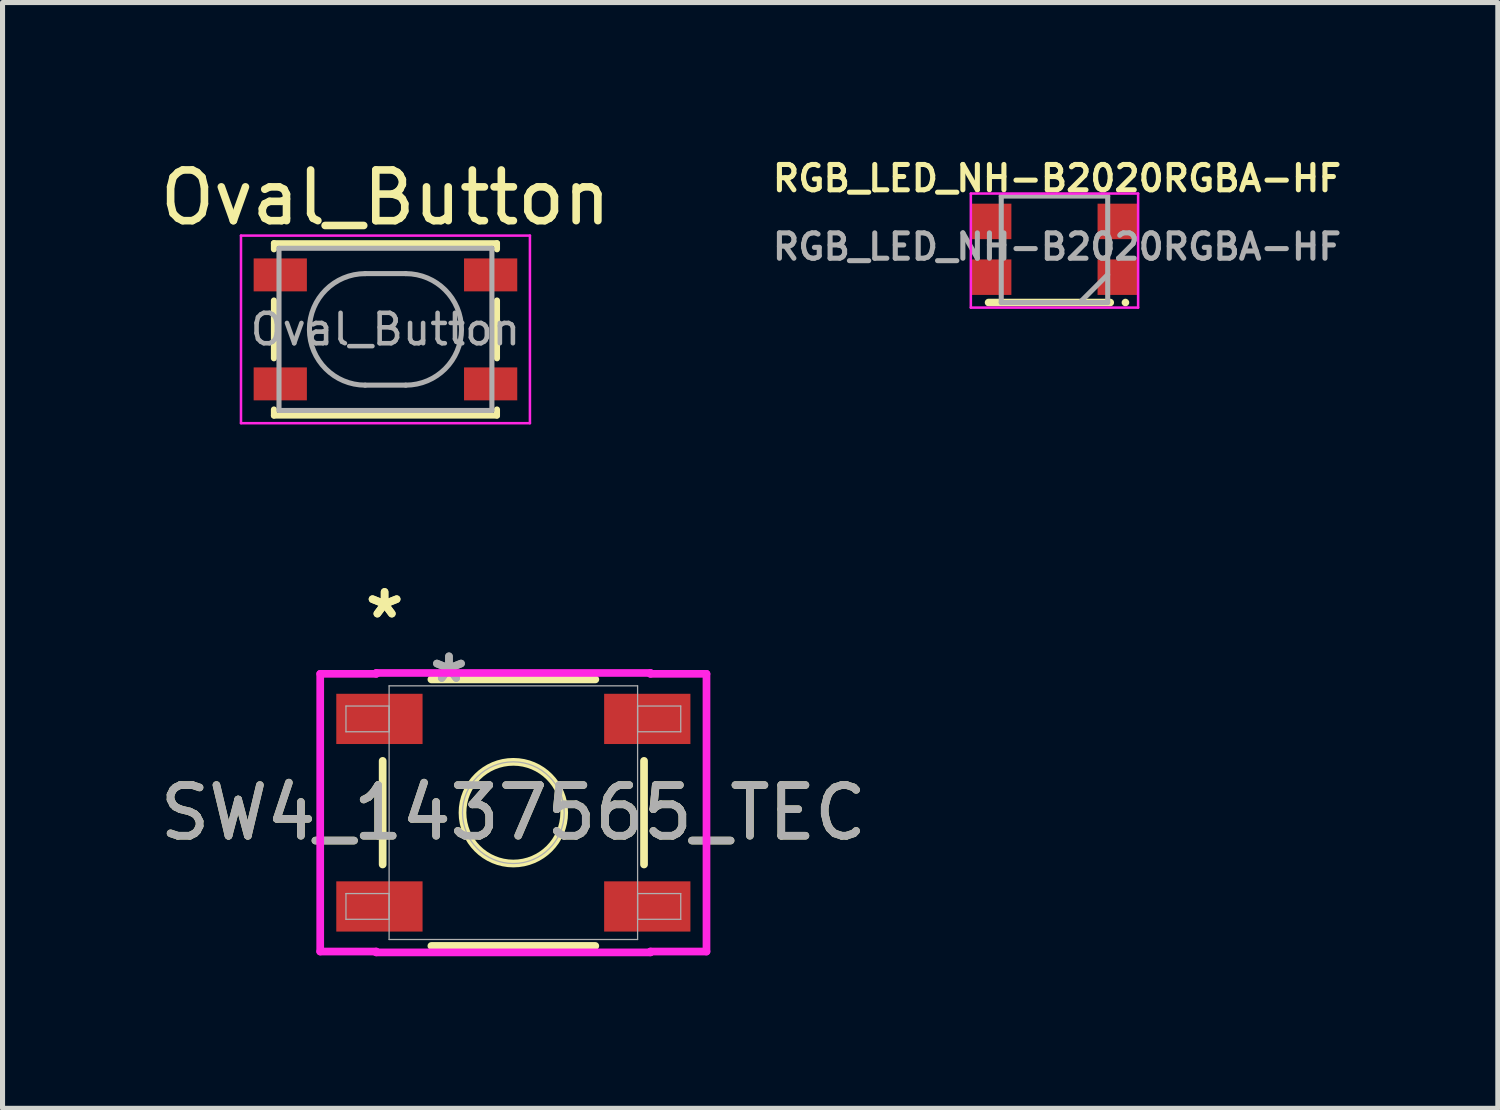
<source format=kicad_pcb>
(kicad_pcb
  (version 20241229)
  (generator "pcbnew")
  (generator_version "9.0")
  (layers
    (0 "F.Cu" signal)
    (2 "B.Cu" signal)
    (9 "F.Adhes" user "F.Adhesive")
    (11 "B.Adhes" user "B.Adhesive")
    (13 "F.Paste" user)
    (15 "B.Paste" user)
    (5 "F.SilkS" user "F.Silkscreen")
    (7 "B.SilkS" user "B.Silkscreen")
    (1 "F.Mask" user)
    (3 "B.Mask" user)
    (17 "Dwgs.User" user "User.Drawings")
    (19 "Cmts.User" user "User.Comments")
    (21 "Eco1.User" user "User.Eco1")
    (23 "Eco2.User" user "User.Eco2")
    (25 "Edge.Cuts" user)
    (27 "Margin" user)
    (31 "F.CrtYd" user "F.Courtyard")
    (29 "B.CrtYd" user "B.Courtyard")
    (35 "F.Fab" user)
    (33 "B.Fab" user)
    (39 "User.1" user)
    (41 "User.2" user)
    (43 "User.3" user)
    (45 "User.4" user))
  (footprint "Oval_Button"
    (layer "F.Cu")
    (at 4.554 3.448)
    (property "Reference" "Oval_Button" (at 0 -2.6 0) (layer "F.SilkS") (effects (font (size 1 1) (thickness 0.15))))
    (attr smd)
    (fp_line (start -2.2 -1.7) (end -2.2 -1.58) (stroke (width 0.12) (type solid)) (layer "F.SilkS"))
    (fp_line (start -2.2 -0.57) (end -2.2 0.57) (stroke (width 0.12) (type solid)) (layer "F.SilkS"))
    (fp_line (start -2.2 1.58) (end -2.2 1.7) (stroke (width 0.12) (type solid)) (layer "F.SilkS"))
    (fp_line (start -2.2 1.7) (end 2.2 1.7) (stroke (width 0.12) (type solid)) (layer "F.SilkS"))
    (fp_line (start 2.2 -1.7) (end -2.2 -1.7) (stroke (width 0.12) (type solid)) (layer "F.SilkS"))
    (fp_line (start 2.2 -1.58) (end 2.2 -1.7) (stroke (width 0.12) (type solid)) (layer "F.SilkS"))
    (fp_line (start 2.2 0.57) (end 2.2 -0.57) (stroke (width 0.12) (type solid)) (layer "F.SilkS"))
    (fp_line (start 2.2 1.7) (end 2.2 1.58) (stroke (width 0.12) (type solid)) (layer "F.SilkS"))
    (fp_line (start -2.85 -1.85) (end 2.85 -1.85) (stroke (width 0.05) (type solid)) (layer "F.CrtYd"))
    (fp_line (start -2.85 1.85) (end -2.85 -1.85) (stroke (width 0.05) (type solid)) (layer "F.CrtYd"))
    (fp_line (start 2.85 -1.85) (end 2.85 1.85) (stroke (width 0.05) (type solid)) (layer "F.CrtYd"))
    (fp_line (start 2.85 1.85) (end -2.85 1.85) (stroke (width 0.05) (type solid)) (layer "F.CrtYd"))
    (fp_line (start -2.1 -1.6) (end -2.1 1.6) (stroke (width 0.1) (type solid)) (layer "F.Fab"))
    (fp_line (start -2.1 1.6) (end 2.1 1.6) (stroke (width 0.1) (type solid)) (layer "F.Fab"))
    (fp_line (start -0.4 -1.1) (end 0.4 -1.1) (stroke (width 0.1) (type solid)) (layer "F.Fab"))
    (fp_line (start 0.4 1.1) (end -0.4 1.1) (stroke (width 0.1) (type solid)) (layer "F.Fab"))
    (fp_line (start 2.1 -1.6) (end -2.1 -1.6) (stroke (width 0.1) (type solid)) (layer "F.Fab"))
    (fp_line (start 2.1 1.6) (end 2.1 -1.6) (stroke (width 0.1) (type solid)) (layer "F.Fab"))
    (fp_arc (start -0.4 1.1) (mid -1.5 0) (end -0.4 -1.1) (stroke (width 0.1) (type solid)) (layer "F.Fab"))
    (fp_arc (start 0.4 -1.1) (mid 1.5 0) (end 0.4 1.1) (stroke (width 0.1) (type solid)) (layer "F.Fab"))
    (fp_text user "${REFERENCE}" (at 0 0 0) (layer "F.Fab") (effects (font (size 0.6 0.6) (thickness 0.09))))
    (pad "1" smd rect (at -2.075 -1.075) (size 1.05 0.65) (layers "F.Cu" "F.Mask" "F.Paste"))
    (pad "1" smd rect (at 2.075 -1.075) (size 1.05 0.65) (layers "F.Cu" "F.Mask" "F.Paste"))
    (pad "2" smd rect (at -2.075 1.075) (size 1.05 0.65) (layers "F.Cu" "F.Mask" "F.Paste"))
    (pad "2" smd rect (at 2.075 1.075) (size 1.05 0.65) (layers "F.Cu" "F.Mask" "F.Paste")))
  (footprint "RGB_LED_NH-B2020RGBA-HF"
    (layer "F.Cu")
    (at 17.752 1.868)
    (property "Reference" "RGB_LED_NH-B2020RGBA-HF" (at 0.05 -1.4 0) (layer "F.SilkS") (effects (font (size 0.5 0.5) (thickness 0.1))))
    (attr smd)
    (fp_line (start 1.1 1.05) (end -1.3 1.05) (stroke (width 0.15) (type solid)) (layer "F.SilkS"))
    (fp_line (start 1.4 1.05) (end 1.4 1.05) (stroke (width 0.15) (type solid)) (layer "F.SilkS"))
    (fp_line (start -1.65 -1.1) (end -1.65 1.15) (stroke (width 0.05) (type solid)) (layer "F.CrtYd"))
    (fp_line (start -1.65 1.15) (end 1.65 1.15) (stroke (width 0.05) (type solid)) (layer "F.CrtYd"))
    (fp_line (start 1.65 -1.1) (end -1.65 -1.1) (stroke (width 0.05) (type solid)) (layer "F.CrtYd"))
    (fp_line (start 1.65 1.15) (end 1.65 -1.1) (stroke (width 0.05) (type solid)) (layer "F.CrtYd"))
    (fp_line (start -1.05 -1.05) (end 1.05 -1.05) (stroke (width 0.1) (type solid)) (layer "F.Fab"))
    (fp_line (start -1.05 1.05) (end -1.05 -1.05) (stroke (width 0.1) (type solid)) (layer "F.Fab"))
    (fp_line (start 0.5 1.05) (end 1.05 0.5) (stroke (width 0.1) (type solid)) (layer "F.Fab"))
    (fp_line (start 1.05 -1.05) (end 1.05 1.05) (stroke (width 0.1) (type solid)) (layer "F.Fab"))
    (fp_line (start 1.05 1.05) (end -1.05 1.05) (stroke (width 0.1) (type solid)) (layer "F.Fab"))
    (fp_text user "${REFERENCE}" (at 0.05 -0.05 0) (layer "F.Fab") (effects (font (size 0.5 0.5) (thickness 0.1))))
    (pad "1" smd rect (at 1.25 0.55 180) (size 0.8 0.7) (layers "F.Cu" "F.Mask" "F.Paste"))
    (pad "2" smd rect (at -1.25 0.55 180) (size 0.8 0.7) (layers "F.Cu" "F.Mask" "F.Paste"))
    (pad "3" smd rect (at -1.25 -0.55 180) (size 0.8 0.7) (layers "F.Cu" "F.Mask" "F.Paste"))
    (pad "4" smd rect (at 1.25 -0.55 180) (size 0.8 0.7) (layers "F.Cu" "F.Mask" "F.Paste")))
  (footprint "SW4_1437565_TEC"
    (layer "F.Cu")
    (at 7.077 12.982)
    (property "Reference" "SW4_1437565_TEC" (at 0 0 0) (unlocked yes) (layer "F.SilkS") (effects (font (size 1 1) (thickness 0.15))))
    (attr smd)
    (fp_line (start -2.578 -1.022) (end -2.578 1.022) (stroke (width 0.152) (type solid)) (layer "F.SilkS"))
    (fp_line (start -1.617 2.629) (end 1.617 2.629) (stroke (width 0.152) (type solid)) (layer "F.SilkS"))
    (fp_line (start 1.617 -2.629) (end -1.617 -2.629) (stroke (width 0.152) (type solid)) (layer "F.SilkS"))
    (fp_line (start 2.578 1.022) (end 2.578 -1.022) (stroke (width 0.152) (type solid)) (layer "F.SilkS"))
    (fp_circle (center 0 0) (end 1.003 0) (stroke (width 0.152) (type solid)) (fill no) (layer "F.SilkS"))
    (fp_line (start -3.81 -2.739) (end -2.705 -2.739) (stroke (width 0.152) (type solid)) (layer "F.CrtYd"))
    (fp_line (start -3.81 2.739) (end -3.81 -2.739) (stroke (width 0.152) (type solid)) (layer "F.CrtYd"))
    (fp_line (start -2.705 -2.756) (end 2.705 -2.756) (stroke (width 0.152) (type solid)) (layer "F.CrtYd"))
    (fp_line (start -2.705 -2.739) (end -2.705 -2.756) (stroke (width 0.152) (type solid)) (layer "F.CrtYd"))
    (fp_line (start -2.705 2.739) (end -3.81 2.739) (stroke (width 0.152) (type solid)) (layer "F.CrtYd"))
    (fp_line (start -2.705 2.756) (end -2.705 2.739) (stroke (width 0.152) (type solid)) (layer "F.CrtYd"))
    (fp_line (start 2.705 -2.756) (end 2.705 -2.739) (stroke (width 0.152) (type solid)) (layer "F.CrtYd"))
    (fp_line (start 2.705 -2.739) (end 3.81 -2.739) (stroke (width 0.152) (type solid)) (layer "F.CrtYd"))
    (fp_line (start 2.705 2.739) (end 2.705 2.756) (stroke (width 0.152) (type solid)) (layer "F.CrtYd"))
    (fp_line (start 2.705 2.756) (end -2.705 2.756) (stroke (width 0.152) (type solid)) (layer "F.CrtYd"))
    (fp_line (start 3.81 -2.739) (end 3.81 2.739) (stroke (width 0.152) (type solid)) (layer "F.CrtYd"))
    (fp_line (start 3.81 2.739) (end 2.705 2.739) (stroke (width 0.152) (type solid)) (layer "F.CrtYd"))
    (fp_line (start -3.302 -2.104) (end -3.302 -1.596) (stroke (width 0.025) (type solid)) (layer "F.Fab"))
    (fp_line (start -3.302 -1.596) (end -2.451 -1.596) (stroke (width 0.025) (type solid)) (layer "F.Fab"))
    (fp_line (start -3.302 1.596) (end -3.302 2.104) (stroke (width 0.025) (type solid)) (layer "F.Fab"))
    (fp_line (start -3.302 2.104) (end -2.451 2.104) (stroke (width 0.025) (type solid)) (layer "F.Fab"))
    (fp_line (start -2.451 -2.502) (end -2.451 2.502) (stroke (width 0.025) (type solid)) (layer "F.Fab"))
    (fp_line (start -2.451 -2.104) (end -3.302 -2.104) (stroke (width 0.025) (type solid)) (layer "F.Fab"))
    (fp_line (start -2.451 -1.596) (end -2.451 -2.104) (stroke (width 0.025) (type solid)) (layer "F.Fab"))
    (fp_line (start -2.451 1.596) (end -3.302 1.596) (stroke (width 0.025) (type solid)) (layer "F.Fab"))
    (fp_line (start -2.451 2.104) (end -2.451 1.596) (stroke (width 0.025) (type solid)) (layer "F.Fab"))
    (fp_line (start -2.451 2.502) (end 2.451 2.502) (stroke (width 0.025) (type solid)) (layer "F.Fab"))
    (fp_line (start 2.451 -2.502) (end -2.451 -2.502) (stroke (width 0.025) (type solid)) (layer "F.Fab"))
    (fp_line (start 2.451 -2.104) (end 2.451 -1.596) (stroke (width 0.025) (type solid)) (layer "F.Fab"))
    (fp_line (start 2.451 -1.596) (end 3.302 -1.596) (stroke (width 0.025) (type solid)) (layer "F.Fab"))
    (fp_line (start 2.451 1.596) (end 2.451 2.104) (stroke (width 0.025) (type solid)) (layer "F.Fab"))
    (fp_line (start 2.451 2.104) (end 3.302 2.104) (stroke (width 0.025) (type solid)) (layer "F.Fab"))
    (fp_line (start 2.451 2.502) (end 2.451 -2.502) (stroke (width 0.025) (type solid)) (layer "F.Fab"))
    (fp_line (start 3.302 -2.104) (end 2.451 -2.104) (stroke (width 0.025) (type solid)) (layer "F.Fab"))
    (fp_line (start 3.302 -1.596) (end 3.302 -2.104) (stroke (width 0.025) (type solid)) (layer "F.Fab"))
    (fp_line (start 3.302 1.596) (end 2.451 1.596) (stroke (width 0.025) (type solid)) (layer "F.Fab"))
    (fp_line (start 3.302 2.104) (end 3.302 1.596) (stroke (width 0.025) (type solid)) (layer "F.Fab"))
    (fp_circle (center 0 0) (end 1.003 0) (stroke (width 0.025) (type solid)) (fill no) (layer "F.Fab"))
    (fp_text user "*" (at -2.54 -3.81 0) (layer "F.SilkS") (effects (font (size 1 1) (thickness 0.15))))
    (fp_text user "*" (at -2.54 -3.81 0) (unlocked yes) (layer "F.SilkS") (effects (font (size 1 1) (thickness 0.15))))
    (fp_text user "*" (at -1.27 -2.54 0) (unlocked yes) (layer "F.Fab") (effects (font (size 1 1) (thickness 0.15))))
    (fp_text user "*" (at -1.27 -2.54 0) (layer "F.Fab") (effects (font (size 1 1) (thickness 0.15))))
    (fp_text user "${REFERENCE}" (at 0 0 0) (unlocked yes) (layer "F.Fab") (effects (font (size 1 1) (thickness 0.15))))
    (pad "1" smd rect (at -2.642 -1.85) (size 1.702 0.991) (layers "F.Cu" "F.Mask" "F.Paste"))
    (pad "1" smd rect (at 2.642 -1.85) (size 1.702 0.991) (layers "F.Cu" "F.Mask" "F.Paste"))
    (pad "2" smd rect (at -2.642 1.85) (size 1.702 0.991) (layers "F.Cu" "F.Mask" "F.Paste"))
    (pad "2" smd rect (at 2.642 1.85) (size 1.702 0.991) (layers "F.Cu" "F.Mask" "F.Paste")))
  (gr_rect
    (start -3 -3)
    (end 26.498 18.814)
    (stroke (width 0.1) (type default))
    (fill no)
    (layer "Edge.Cuts")))
</source>
